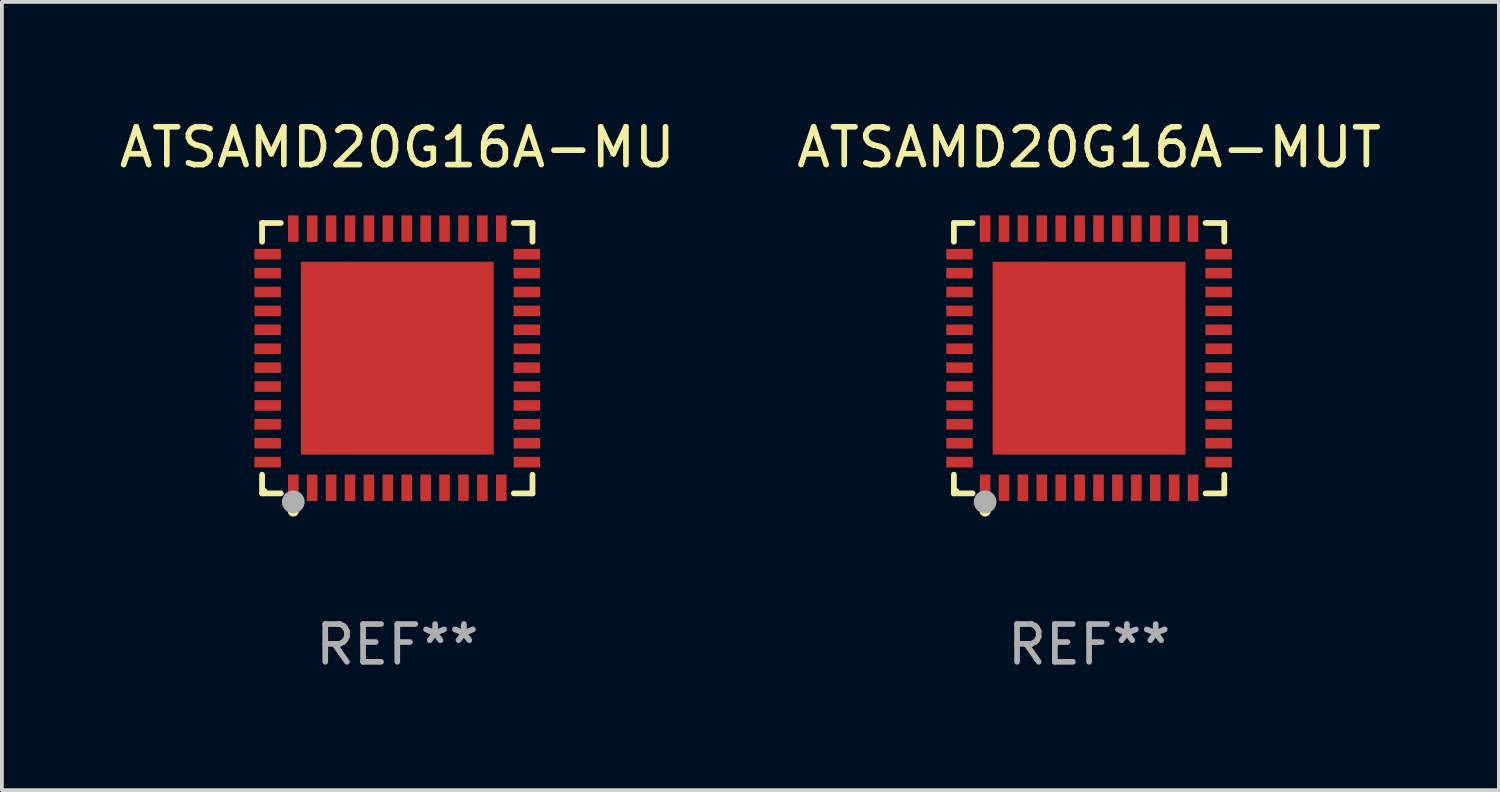
<source format=kicad_pcb>
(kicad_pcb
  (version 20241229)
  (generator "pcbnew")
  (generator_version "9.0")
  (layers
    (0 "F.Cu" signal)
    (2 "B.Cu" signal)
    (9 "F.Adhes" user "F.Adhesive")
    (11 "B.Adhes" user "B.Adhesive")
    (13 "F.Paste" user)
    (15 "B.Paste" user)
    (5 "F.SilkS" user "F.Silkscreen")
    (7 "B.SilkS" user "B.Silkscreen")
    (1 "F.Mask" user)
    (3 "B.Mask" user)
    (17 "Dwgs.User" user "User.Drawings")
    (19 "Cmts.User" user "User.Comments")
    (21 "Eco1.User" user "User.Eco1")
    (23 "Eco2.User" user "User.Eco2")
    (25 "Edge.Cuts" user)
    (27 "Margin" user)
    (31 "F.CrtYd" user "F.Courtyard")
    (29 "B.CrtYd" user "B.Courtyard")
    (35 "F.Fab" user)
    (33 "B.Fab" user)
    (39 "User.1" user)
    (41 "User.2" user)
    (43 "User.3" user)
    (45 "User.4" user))
  (footprint "ATSAMD20G16A-MUT"
    (layer "F.Cu")
    (at 25.756 6.424)
    (property "Reference" "ATSAMD20G16A-MUT" (at 0 -5.576 0) (layer "F.SilkS") (effects (font (size 1 1) (thickness 0.15))))
    (attr through_hole)
    (fp_line (start -3.576 -3.576) (end -3.081 -3.576) (stroke (width 0.152) (type solid)) (layer "F.SilkS"))
    (fp_line (start -3.576 -3.081) (end -3.576 -3.576) (stroke (width 0.152) (type solid)) (layer "F.SilkS"))
    (fp_line (start -3.576 3.081) (end -3.576 3.576) (stroke (width 0.152) (type solid)) (layer "F.SilkS"))
    (fp_line (start -3.576 3.576) (end -3.081 3.576) (stroke (width 0.152) (type solid)) (layer "F.SilkS"))
    (fp_line (start 3.576 -3.576) (end 3.081 -3.576) (stroke (width 0.152) (type solid)) (layer "F.SilkS"))
    (fp_line (start 3.576 -3.081) (end 3.576 -3.576) (stroke (width 0.152) (type solid)) (layer "F.SilkS"))
    (fp_line (start 3.576 3.081) (end 3.576 3.576) (stroke (width 0.152) (type solid)) (layer "F.SilkS"))
    (fp_line (start 3.576 3.576) (end 3.081 3.576) (stroke (width 0.152) (type solid)) (layer "F.SilkS"))
    (fp_circle (center -3.5 3.5) (end -3.47 3.5) (stroke (width 0.06) (type solid)) (fill no) (layer "F.SilkS"))
    (fp_circle (center -2.75 4.04) (end -2.675 4.04) (stroke (width 0.15) (type solid)) (fill no) (layer "F.SilkS"))
    (fp_circle (center -2.75 3.8) (end -2.6 3.8) (stroke (width 0.3) (type solid)) (fill no) (layer "F.Fab"))
    (fp_text user "REF**" (at 0 7.576 0) (layer "F.Fab") (effects (font (size 1 1) (thickness 0.15))))
    (pad "1" smd rect (at -2.75 3.427) (size 0.28 0.7) (layers "F.Cu" "F.Mask" "F.Paste"))
    (pad "2" smd rect (at -2.25 3.427) (size 0.28 0.7) (layers "F.Cu" "F.Mask" "F.Paste"))
    (pad "3" smd rect (at -1.75 3.427) (size 0.28 0.7) (layers "F.Cu" "F.Mask" "F.Paste"))
    (pad "4" smd rect (at -1.25 3.427) (size 0.28 0.7) (layers "F.Cu" "F.Mask" "F.Paste"))
    (pad "5" smd rect (at -0.75 3.427) (size 0.28 0.7) (layers "F.Cu" "F.Mask" "F.Paste"))
    (pad "6" smd rect (at -0.25 3.427) (size 0.28 0.7) (layers "F.Cu" "F.Mask" "F.Paste"))
    (pad "7" smd rect (at 0.25 3.427) (size 0.28 0.7) (layers "F.Cu" "F.Mask" "F.Paste"))
    (pad "8" smd rect (at 0.75 3.427) (size 0.28 0.7) (layers "F.Cu" "F.Mask" "F.Paste"))
    (pad "9" smd rect (at 1.25 3.427) (size 0.28 0.7) (layers "F.Cu" "F.Mask" "F.Paste"))
    (pad "10" smd rect (at 1.75 3.427) (size 0.28 0.7) (layers "F.Cu" "F.Mask" "F.Paste"))
    (pad "11" smd rect (at 2.25 3.427) (size 0.28 0.7) (layers "F.Cu" "F.Mask" "F.Paste"))
    (pad "12" smd rect (at 2.75 3.427) (size 0.28 0.7) (layers "F.Cu" "F.Mask" "F.Paste"))
    (pad "13" smd rect (at 3.427 2.75) (size 0.7 0.28) (layers "F.Cu" "F.Mask" "F.Paste"))
    (pad "14" smd rect (at 3.427 2.25) (size 0.7 0.28) (layers "F.Cu" "F.Mask" "F.Paste"))
    (pad "15" smd rect (at 3.427 1.75) (size 0.7 0.28) (layers "F.Cu" "F.Mask" "F.Paste"))
    (pad "16" smd rect (at 3.427 1.25) (size 0.7 0.28) (layers "F.Cu" "F.Mask" "F.Paste"))
    (pad "17" smd rect (at 3.427 0.75) (size 0.7 0.28) (layers "F.Cu" "F.Mask" "F.Paste"))
    (pad "18" smd rect (at 3.427 0.25) (size 0.7 0.28) (layers "F.Cu" "F.Mask" "F.Paste"))
    (pad "19" smd rect (at 3.427 -0.25) (size 0.7 0.28) (layers "F.Cu" "F.Mask" "F.Paste"))
    (pad "20" smd rect (at 3.427 -0.75) (size 0.7 0.28) (layers "F.Cu" "F.Mask" "F.Paste"))
    (pad "21" smd rect (at 3.427 -1.25) (size 0.7 0.28) (layers "F.Cu" "F.Mask" "F.Paste"))
    (pad "22" smd rect (at 3.427 -1.75) (size 0.7 0.28) (layers "F.Cu" "F.Mask" "F.Paste"))
    (pad "23" smd rect (at 3.427 -2.25) (size 0.7 0.28) (layers "F.Cu" "F.Mask" "F.Paste"))
    (pad "24" smd rect (at 3.427 -2.75) (size 0.7 0.28) (layers "F.Cu" "F.Mask" "F.Paste"))
    (pad "25" smd rect (at 2.75 -3.427) (size 0.28 0.7) (layers "F.Cu" "F.Mask" "F.Paste"))
    (pad "26" smd rect (at 2.25 -3.427) (size 0.28 0.7) (layers "F.Cu" "F.Mask" "F.Paste"))
    (pad "27" smd rect (at 1.75 -3.427) (size 0.28 0.7) (layers "F.Cu" "F.Mask" "F.Paste"))
    (pad "28" smd rect (at 1.25 -3.427) (size 0.28 0.7) (layers "F.Cu" "F.Mask" "F.Paste"))
    (pad "29" smd rect (at 0.75 -3.427) (size 0.28 0.7) (layers "F.Cu" "F.Mask" "F.Paste"))
    (pad "30" smd rect (at 0.25 -3.427) (size 0.28 0.7) (layers "F.Cu" "F.Mask" "F.Paste"))
    (pad "31" smd rect (at -0.25 -3.427) (size 0.28 0.7) (layers "F.Cu" "F.Mask" "F.Paste"))
    (pad "32" smd rect (at -0.75 -3.427) (size 0.28 0.7) (layers "F.Cu" "F.Mask" "F.Paste"))
    (pad "33" smd rect (at -1.25 -3.427) (size 0.28 0.7) (layers "F.Cu" "F.Mask" "F.Paste"))
    (pad "34" smd rect (at -1.75 -3.427) (size 0.28 0.7) (layers "F.Cu" "F.Mask" "F.Paste"))
    (pad "35" smd rect (at -2.25 -3.427) (size 0.28 0.7) (layers "F.Cu" "F.Mask" "F.Paste"))
    (pad "36" smd rect (at -2.75 -3.427) (size 0.28 0.7) (layers "F.Cu" "F.Mask" "F.Paste"))
    (pad "37" smd rect (at -3.427 -2.75) (size 0.7 0.28) (layers "F.Cu" "F.Mask" "F.Paste"))
    (pad "38" smd rect (at -3.427 -2.25) (size 0.7 0.28) (layers "F.Cu" "F.Mask" "F.Paste"))
    (pad "39" smd rect (at -3.427 -1.75) (size 0.7 0.28) (layers "F.Cu" "F.Mask" "F.Paste"))
    (pad "40" smd rect (at -3.427 -1.25) (size 0.7 0.28) (layers "F.Cu" "F.Mask" "F.Paste"))
    (pad "41" smd rect (at -3.427 -0.75) (size 0.7 0.28) (layers "F.Cu" "F.Mask" "F.Paste"))
    (pad "42" smd rect (at -3.427 -0.25) (size 0.7 0.28) (layers "F.Cu" "F.Mask" "F.Paste"))
    (pad "43" smd rect (at -3.427 0.25) (size 0.7 0.28) (layers "F.Cu" "F.Mask" "F.Paste"))
    (pad "44" smd rect (at -3.427 0.75) (size 0.7 0.28) (layers "F.Cu" "F.Mask" "F.Paste"))
    (pad "45" smd rect (at -3.427 1.25) (size 0.7 0.28) (layers "F.Cu" "F.Mask" "F.Paste"))
    (pad "46" smd rect (at -3.427 1.75) (size 0.7 0.28) (layers "F.Cu" "F.Mask" "F.Paste"))
    (pad "47" smd rect (at -3.427 2.25) (size 0.7 0.28) (layers "F.Cu" "F.Mask" "F.Paste"))
    (pad "48" smd rect (at -3.427 2.75) (size 0.7 0.28) (layers "F.Cu" "F.Mask" "F.Paste"))
    (pad "49" smd rect (at 0 0) (size 5.1 5.1) (layers "F.Cu" "F.Mask" "F.Paste")))
  (footprint "ATSAMD20G16A-MU"
    (layer "F.Cu")
    (at 7.458 6.424)
    (property "Reference" "ATSAMD20G16A-MU" (at 0 -5.576 0) (layer "F.SilkS") (effects (font (size 1 1) (thickness 0.15))))
    (attr through_hole)
    (fp_line (start -3.576 -3.576) (end -3.081 -3.576) (stroke (width 0.152) (type solid)) (layer "F.SilkS"))
    (fp_line (start -3.576 -3.081) (end -3.576 -3.576) (stroke (width 0.152) (type solid)) (layer "F.SilkS"))
    (fp_line (start -3.576 3.081) (end -3.576 3.576) (stroke (width 0.152) (type solid)) (layer "F.SilkS"))
    (fp_line (start -3.576 3.576) (end -3.081 3.576) (stroke (width 0.152) (type solid)) (layer "F.SilkS"))
    (fp_line (start 3.576 -3.576) (end 3.081 -3.576) (stroke (width 0.152) (type solid)) (layer "F.SilkS"))
    (fp_line (start 3.576 -3.081) (end 3.576 -3.576) (stroke (width 0.152) (type solid)) (layer "F.SilkS"))
    (fp_line (start 3.576 3.081) (end 3.576 3.576) (stroke (width 0.152) (type solid)) (layer "F.SilkS"))
    (fp_line (start 3.576 3.576) (end 3.081 3.576) (stroke (width 0.152) (type solid)) (layer "F.SilkS"))
    (fp_circle (center -3.5 3.5) (end -3.47 3.5) (stroke (width 0.06) (type solid)) (fill no) (layer "F.SilkS"))
    (fp_circle (center -2.75 4.04) (end -2.675 4.04) (stroke (width 0.15) (type solid)) (fill no) (layer "F.SilkS"))
    (fp_circle (center -2.75 3.8) (end -2.6 3.8) (stroke (width 0.3) (type solid)) (fill no) (layer "F.Fab"))
    (fp_text user "REF**" (at 0 7.576 0) (layer "F.Fab") (effects (font (size 1 1) (thickness 0.15))))
    (pad "1" smd rect (at -2.75 3.427) (size 0.28 0.7) (layers "F.Cu" "F.Mask" "F.Paste"))
    (pad "2" smd rect (at -2.25 3.427) (size 0.28 0.7) (layers "F.Cu" "F.Mask" "F.Paste"))
    (pad "3" smd rect (at -1.75 3.427) (size 0.28 0.7) (layers "F.Cu" "F.Mask" "F.Paste"))
    (pad "4" smd rect (at -1.25 3.427) (size 0.28 0.7) (layers "F.Cu" "F.Mask" "F.Paste"))
    (pad "5" smd rect (at -0.75 3.427) (size 0.28 0.7) (layers "F.Cu" "F.Mask" "F.Paste"))
    (pad "6" smd rect (at -0.25 3.427) (size 0.28 0.7) (layers "F.Cu" "F.Mask" "F.Paste"))
    (pad "7" smd rect (at 0.25 3.427) (size 0.28 0.7) (layers "F.Cu" "F.Mask" "F.Paste"))
    (pad "8" smd rect (at 0.75 3.427) (size 0.28 0.7) (layers "F.Cu" "F.Mask" "F.Paste"))
    (pad "9" smd rect (at 1.25 3.427) (size 0.28 0.7) (layers "F.Cu" "F.Mask" "F.Paste"))
    (pad "10" smd rect (at 1.75 3.427) (size 0.28 0.7) (layers "F.Cu" "F.Mask" "F.Paste"))
    (pad "11" smd rect (at 2.25 3.427) (size 0.28 0.7) (layers "F.Cu" "F.Mask" "F.Paste"))
    (pad "12" smd rect (at 2.75 3.427) (size 0.28 0.7) (layers "F.Cu" "F.Mask" "F.Paste"))
    (pad "13" smd rect (at 3.427 2.75) (size 0.7 0.28) (layers "F.Cu" "F.Mask" "F.Paste"))
    (pad "14" smd rect (at 3.427 2.25) (size 0.7 0.28) (layers "F.Cu" "F.Mask" "F.Paste"))
    (pad "15" smd rect (at 3.427 1.75) (size 0.7 0.28) (layers "F.Cu" "F.Mask" "F.Paste"))
    (pad "16" smd rect (at 3.427 1.25) (size 0.7 0.28) (layers "F.Cu" "F.Mask" "F.Paste"))
    (pad "17" smd rect (at 3.427 0.75) (size 0.7 0.28) (layers "F.Cu" "F.Mask" "F.Paste"))
    (pad "18" smd rect (at 3.427 0.25) (size 0.7 0.28) (layers "F.Cu" "F.Mask" "F.Paste"))
    (pad "19" smd rect (at 3.427 -0.25) (size 0.7 0.28) (layers "F.Cu" "F.Mask" "F.Paste"))
    (pad "20" smd rect (at 3.427 -0.75) (size 0.7 0.28) (layers "F.Cu" "F.Mask" "F.Paste"))
    (pad "21" smd rect (at 3.427 -1.25) (size 0.7 0.28) (layers "F.Cu" "F.Mask" "F.Paste"))
    (pad "22" smd rect (at 3.427 -1.75) (size 0.7 0.28) (layers "F.Cu" "F.Mask" "F.Paste"))
    (pad "23" smd rect (at 3.427 -2.25) (size 0.7 0.28) (layers "F.Cu" "F.Mask" "F.Paste"))
    (pad "24" smd rect (at 3.427 -2.75) (size 0.7 0.28) (layers "F.Cu" "F.Mask" "F.Paste"))
    (pad "25" smd rect (at 2.75 -3.427) (size 0.28 0.7) (layers "F.Cu" "F.Mask" "F.Paste"))
    (pad "26" smd rect (at 2.25 -3.427) (size 0.28 0.7) (layers "F.Cu" "F.Mask" "F.Paste"))
    (pad "27" smd rect (at 1.75 -3.427) (size 0.28 0.7) (layers "F.Cu" "F.Mask" "F.Paste"))
    (pad "28" smd rect (at 1.25 -3.427) (size 0.28 0.7) (layers "F.Cu" "F.Mask" "F.Paste"))
    (pad "29" smd rect (at 0.75 -3.427) (size 0.28 0.7) (layers "F.Cu" "F.Mask" "F.Paste"))
    (pad "30" smd rect (at 0.25 -3.427) (size 0.28 0.7) (layers "F.Cu" "F.Mask" "F.Paste"))
    (pad "31" smd rect (at -0.25 -3.427) (size 0.28 0.7) (layers "F.Cu" "F.Mask" "F.Paste"))
    (pad "32" smd rect (at -0.75 -3.427) (size 0.28 0.7) (layers "F.Cu" "F.Mask" "F.Paste"))
    (pad "33" smd rect (at -1.25 -3.427) (size 0.28 0.7) (layers "F.Cu" "F.Mask" "F.Paste"))
    (pad "34" smd rect (at -1.75 -3.427) (size 0.28 0.7) (layers "F.Cu" "F.Mask" "F.Paste"))
    (pad "35" smd rect (at -2.25 -3.427) (size 0.28 0.7) (layers "F.Cu" "F.Mask" "F.Paste"))
    (pad "36" smd rect (at -2.75 -3.427) (size 0.28 0.7) (layers "F.Cu" "F.Mask" "F.Paste"))
    (pad "37" smd rect (at -3.427 -2.75) (size 0.7 0.28) (layers "F.Cu" "F.Mask" "F.Paste"))
    (pad "38" smd rect (at -3.427 -2.25) (size 0.7 0.28) (layers "F.Cu" "F.Mask" "F.Paste"))
    (pad "39" smd rect (at -3.427 -1.75) (size 0.7 0.28) (layers "F.Cu" "F.Mask" "F.Paste"))
    (pad "40" smd rect (at -3.427 -1.25) (size 0.7 0.28) (layers "F.Cu" "F.Mask" "F.Paste"))
    (pad "41" smd rect (at -3.427 -0.75) (size 0.7 0.28) (layers "F.Cu" "F.Mask" "F.Paste"))
    (pad "42" smd rect (at -3.427 -0.25) (size 0.7 0.28) (layers "F.Cu" "F.Mask" "F.Paste"))
    (pad "43" smd rect (at -3.427 0.25) (size 0.7 0.28) (layers "F.Cu" "F.Mask" "F.Paste"))
    (pad "44" smd rect (at -3.427 0.75) (size 0.7 0.28) (layers "F.Cu" "F.Mask" "F.Paste"))
    (pad "45" smd rect (at -3.427 1.25) (size 0.7 0.28) (layers "F.Cu" "F.Mask" "F.Paste"))
    (pad "46" smd rect (at -3.427 1.75) (size 0.7 0.28) (layers "F.Cu" "F.Mask" "F.Paste"))
    (pad "47" smd rect (at -3.427 2.25) (size 0.7 0.28) (layers "F.Cu" "F.Mask" "F.Paste"))
    (pad "48" smd rect (at -3.427 2.75) (size 0.7 0.28) (layers "F.Cu" "F.Mask" "F.Paste"))
    (pad "49" smd rect (at 0 0) (size 5.1 5.1) (layers "F.Cu" "F.Mask" "F.Paste")))
  (gr_rect
    (start -3 -3)
    (end 36.595 17.849)
    (stroke (width 0.1) (type default))
    (fill no)
    (layer "Edge.Cuts")))
</source>
